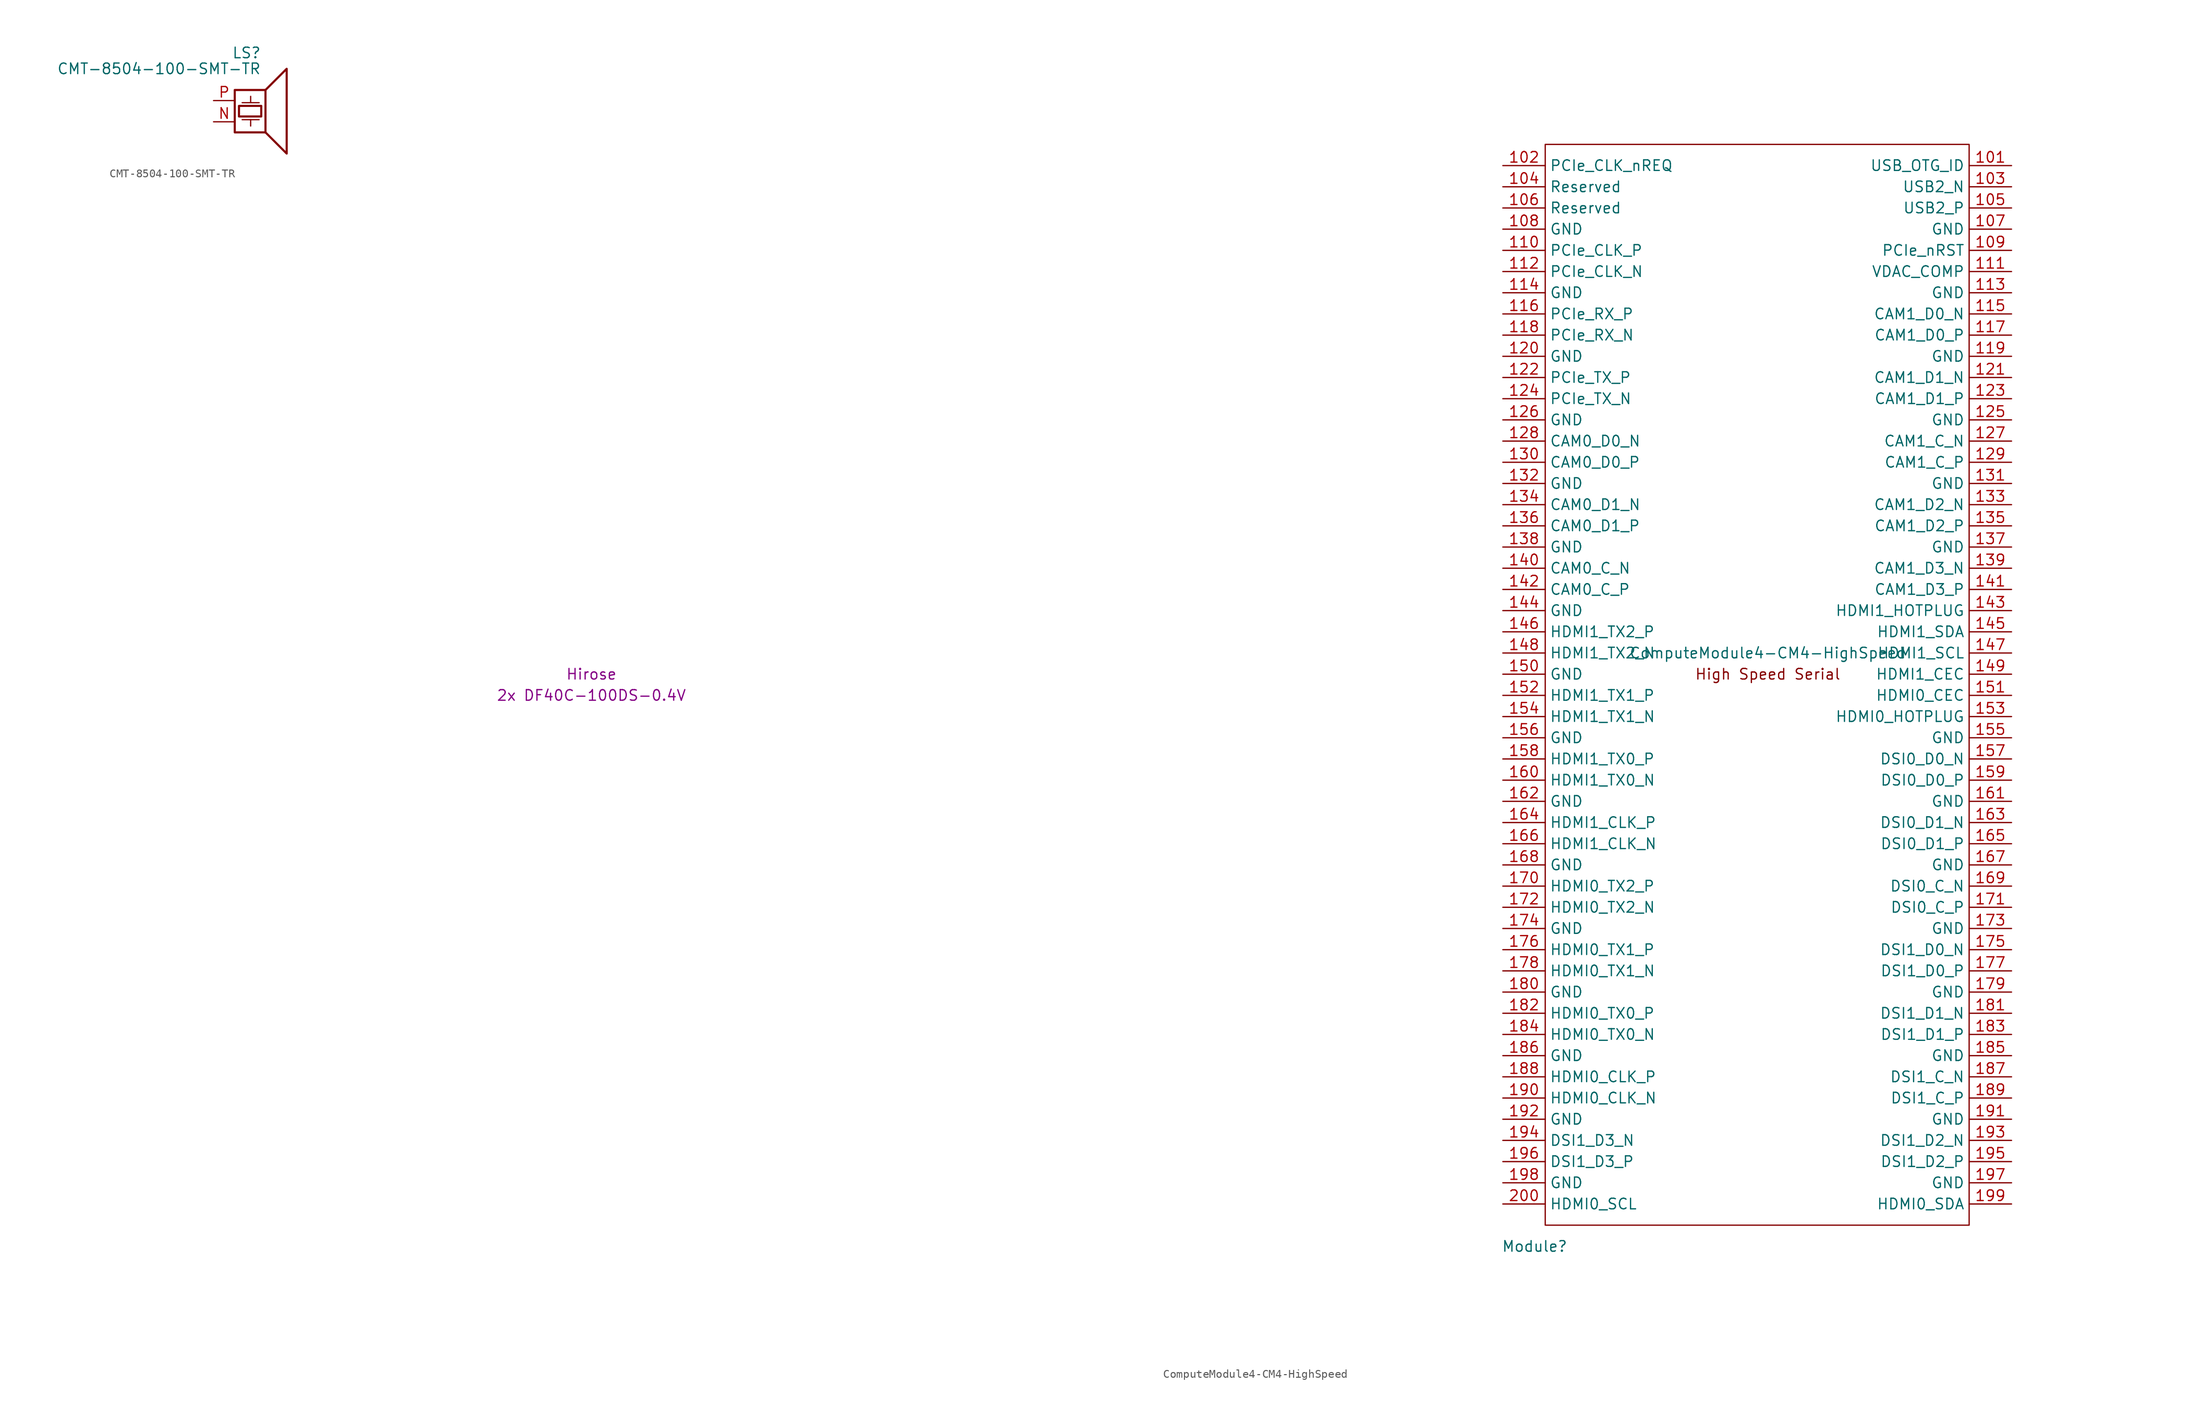
<source format=kicad_sym>
(kicad_symbol_lib
  (version 20231120)
  (generator "kicad_symbol_editor")
  (generator_version "8.0")
  (symbol "CMT-8504-100-SMT-TR"
    (pin_names
      (offset 0) hide)
    (property "Reference" "LS"
      (at 0.635 5.715 0)
      (effects (font (size 1.27 1.27)) (justify right)))
    (property "Value" "CMT-8504-100-SMT-TR"
      (at 0.635 3.81 0)
      (effects (font (size 1.27 1.27)) (justify right)))
    (symbol "CMT-8504-100-SMT-TR_0_0"
      (rectangle (start -2.54 1.27) (end 1.143 -3.81) (stroke (width 0.254) (type default)) (fill (type none)))
      (rectangle (start -2.032 -0.635) (end 0.635 -1.905) (stroke (width 0.254) (type default)) (fill (type none)))
      (polyline (pts (xy -1.651 -2.286) (xy 0.381 -2.286)) (stroke (width 0) (type default)) (fill (type none)))
      (polyline (pts (xy -1.651 -0.254) (xy 0.381 -0.254)) (stroke (width 0) (type default)) (fill (type none)))
      (polyline (pts (xy -0.635 -2.286) (xy -0.635 -3.048)) (stroke (width 0) (type default)) (fill (type none)))
      (polyline (pts (xy -0.635 -0.254) (xy -0.635 0.508)) (stroke (width 0) (type default)) (fill (type none)))
      (polyline (pts (xy 1.143 1.27) (xy 3.683 3.81) (xy 3.683 -6.35) (xy 1.143 -3.81)) (stroke (width 0.254) (type default)) (fill (type none))))
    (symbol "CMT-8504-100-SMT-TR_1_1"
      (pin input line (at -5.08 -2.54 0) (length 2.54) (name "2" (effects (font (size 1.27 1.27)))) (number "N" (effects (font (size 1.27 1.27)))))
      (pin input line (at -5.08 0 0) (length 2.54) (name "P" (effects (font (size 1.27 1.27)))) (number "P" (effects (font (size 1.27 1.27)))))))
  (symbol "ComputeModule4-CM4-HighSpeed"
    (property "Reference" "Module"
      (at 113.03 -68.58 0)
      (effects (font (size 1.27 1.27))))
    (property "Value" "ComputeModule4-CM4-HighSpeed"
      (at 140.97 2.54 0)
      (effects (font (size 1.27 1.27))))
    (property "Field4" "Hirose"
      (at 0 0 0)
      (effects (font (size 1.27 1.27))))
    (property "Field5" "2x DF40C-100DS-0.4V"
      (at 0 -2.54 0)
      (effects (font (size 1.27 1.27))))
    (symbol "ComputeModule4-CM4-HighSpeed_1_1"
      (rectangle (start 114.3 -66.04) (end 165.1 63.5) (stroke (width 0) (type default)) (fill (type none)))
      (text "High Speed Serial" (at 140.97 0 0) (effects (font (size 1.27 1.27))))
      (pin input line (at 170.18 60.96 180) (length 5.08) (name "USB_OTG_ID" (effects (font (size 1.27 1.27)))) (number "101" (effects (font (size 1.27 1.27)))))
      (pin input line (at 109.22 60.96 0) (length 5.08) (name "PCIe_CLK_nREQ" (effects (font (size 1.27 1.27)))) (number "102" (effects (font (size 1.27 1.27)))))
      (pin passive line (at 170.18 58.42 180) (length 5.08) (name "USB2_N" (effects (font (size 1.27 1.27)))) (number "103" (effects (font (size 1.27 1.27)))))
      (pin passive line (at 109.22 58.42 0) (length 5.08) (name "Reserved" (effects (font (size 1.27 1.27)))) (number "104" (effects (font (size 1.27 1.27)))))
      (pin passive line (at 170.18 55.88 180) (length 5.08) (name "USB2_P" (effects (font (size 1.27 1.27)))) (number "105" (effects (font (size 1.27 1.27)))))
      (pin passive line (at 109.22 55.88 0) (length 5.08) (name "Reserved" (effects (font (size 1.27 1.27)))) (number "106" (effects (font (size 1.27 1.27)))))
      (pin power_in line (at 170.18 53.34 180) (length 5.08) (name "GND" (effects (font (size 1.27 1.27)))) (number "107" (effects (font (size 1.27 1.27)))))
      (pin power_in line (at 109.22 53.34 0) (length 5.08) (name "GND" (effects (font (size 1.27 1.27)))) (number "108" (effects (font (size 1.27 1.27)))))
      (pin bidirectional line (at 170.18 50.8 180) (length 5.08) (name "PCIe_nRST" (effects (font (size 1.27 1.27)))) (number "109" (effects (font (size 1.27 1.27)))))
      (pin output line (at 109.22 50.8 0) (length 5.08) (name "PCIe_CLK_P" (effects (font (size 1.27 1.27)))) (number "110" (effects (font (size 1.27 1.27)))))
      (pin passive line (at 170.18 48.26 180) (length 5.08) (name "VDAC_COMP" (effects (font (size 1.27 1.27)))) (number "111" (effects (font (size 1.27 1.27)))))
      (pin output line (at 109.22 48.26 0) (length 5.08) (name "PCIe_CLK_N" (effects (font (size 1.27 1.27)))) (number "112" (effects (font (size 1.27 1.27)))))
      (pin power_in line (at 170.18 45.72 180) (length 5.08) (name "GND" (effects (font (size 1.27 1.27)))) (number "113" (effects (font (size 1.27 1.27)))))
      (pin power_in line (at 109.22 45.72 0) (length 5.08) (name "GND" (effects (font (size 1.27 1.27)))) (number "114" (effects (font (size 1.27 1.27)))))
      (pin input line (at 170.18 43.18 180) (length 5.08) (name "CAM1_D0_N" (effects (font (size 1.27 1.27)))) (number "115" (effects (font (size 1.27 1.27)))))
      (pin input line (at 109.22 43.18 0) (length 5.08) (name "PCIe_RX_P" (effects (font (size 1.27 1.27)))) (number "116" (effects (font (size 1.27 1.27)))))
      (pin input line (at 170.18 40.64 180) (length 5.08) (name "CAM1_D0_P" (effects (font (size 1.27 1.27)))) (number "117" (effects (font (size 1.27 1.27)))))
      (pin input line (at 109.22 40.64 0) (length 5.08) (name "PCIe_RX_N" (effects (font (size 1.27 1.27)))) (number "118" (effects (font (size 1.27 1.27)))))
      (pin power_in line (at 170.18 38.1 180) (length 5.08) (name "GND" (effects (font (size 1.27 1.27)))) (number "119" (effects (font (size 1.27 1.27)))))
      (pin power_in line (at 109.22 38.1 0) (length 5.08) (name "GND" (effects (font (size 1.27 1.27)))) (number "120" (effects (font (size 1.27 1.27)))))
      (pin input line (at 170.18 35.56 180) (length 5.08) (name "CAM1_D1_N" (effects (font (size 1.27 1.27)))) (number "121" (effects (font (size 1.27 1.27)))))
      (pin output line (at 109.22 35.56 0) (length 5.08) (name "PCIe_TX_P" (effects (font (size 1.27 1.27)))) (number "122" (effects (font (size 1.27 1.27)))))
      (pin input line (at 170.18 33.02 180) (length 5.08) (name "CAM1_D1_P" (effects (font (size 1.27 1.27)))) (number "123" (effects (font (size 1.27 1.27)))))
      (pin output line (at 109.22 33.02 0) (length 5.08) (name "PCIe_TX_N" (effects (font (size 1.27 1.27)))) (number "124" (effects (font (size 1.27 1.27)))))
      (pin power_in line (at 170.18 30.48 180) (length 5.08) (name "GND" (effects (font (size 1.27 1.27)))) (number "125" (effects (font (size 1.27 1.27)))))
      (pin power_in line (at 109.22 30.48 0) (length 5.08) (name "GND" (effects (font (size 1.27 1.27)))) (number "126" (effects (font (size 1.27 1.27)))))
      (pin input line (at 170.18 27.94 180) (length 5.08) (name "CAM1_C_N" (effects (font (size 1.27 1.27)))) (number "127" (effects (font (size 1.27 1.27)))))
      (pin input line (at 109.22 27.94 0) (length 5.08) (name "CAM0_D0_N" (effects (font (size 1.27 1.27)))) (number "128" (effects (font (size 1.27 1.27)))))
      (pin input line (at 170.18 25.4 180) (length 5.08) (name "CAM1_C_P" (effects (font (size 1.27 1.27)))) (number "129" (effects (font (size 1.27 1.27)))))
      (pin input line (at 109.22 25.4 0) (length 5.08) (name "CAM0_D0_P" (effects (font (size 1.27 1.27)))) (number "130" (effects (font (size 1.27 1.27)))))
      (pin power_in line (at 170.18 22.86 180) (length 5.08) (name "GND" (effects (font (size 1.27 1.27)))) (number "131" (effects (font (size 1.27 1.27)))))
      (pin power_in line (at 109.22 22.86 0) (length 5.08) (name "GND" (effects (font (size 1.27 1.27)))) (number "132" (effects (font (size 1.27 1.27)))))
      (pin input line (at 170.18 20.32 180) (length 5.08) (name "CAM1_D2_N" (effects (font (size 1.27 1.27)))) (number "133" (effects (font (size 1.27 1.27)))))
      (pin input line (at 109.22 20.32 0) (length 5.08) (name "CAM0_D1_N" (effects (font (size 1.27 1.27)))) (number "134" (effects (font (size 1.27 1.27)))))
      (pin input line (at 170.18 17.78 180) (length 5.08) (name "CAM1_D2_P" (effects (font (size 1.27 1.27)))) (number "135" (effects (font (size 1.27 1.27)))))
      (pin input line (at 109.22 17.78 0) (length 5.08) (name "CAM0_D1_P" (effects (font (size 1.27 1.27)))) (number "136" (effects (font (size 1.27 1.27)))))
      (pin power_in line (at 170.18 15.24 180) (length 5.08) (name "GND" (effects (font (size 1.27 1.27)))) (number "137" (effects (font (size 1.27 1.27)))))
      (pin power_in line (at 109.22 15.24 0) (length 5.08) (name "GND" (effects (font (size 1.27 1.27)))) (number "138" (effects (font (size 1.27 1.27)))))
      (pin input line (at 170.18 12.7 180) (length 5.08) (name "CAM1_D3_N" (effects (font (size 1.27 1.27)))) (number "139" (effects (font (size 1.27 1.27)))))
      (pin input line (at 109.22 12.7 0) (length 5.08) (name "CAM0_C_N" (effects (font (size 1.27 1.27)))) (number "140" (effects (font (size 1.27 1.27)))))
      (pin input line (at 170.18 10.16 180) (length 5.08) (name "CAM1_D3_P" (effects (font (size 1.27 1.27)))) (number "141" (effects (font (size 1.27 1.27)))))
      (pin input line (at 109.22 10.16 0) (length 5.08) (name "CAM0_C_P" (effects (font (size 1.27 1.27)))) (number "142" (effects (font (size 1.27 1.27)))))
      (pin input line (at 170.18 7.62 180) (length 5.08) (name "HDMI1_HOTPLUG" (effects (font (size 1.27 1.27)))) (number "143" (effects (font (size 1.27 1.27)))))
      (pin power_in line (at 109.22 7.62 0) (length 5.08) (name "GND" (effects (font (size 1.27 1.27)))) (number "144" (effects (font (size 1.27 1.27)))))
      (pin bidirectional line (at 170.18 5.08 180) (length 5.08) (name "HDMI1_SDA" (effects (font (size 1.27 1.27)))) (number "145" (effects (font (size 1.27 1.27)))))
      (pin output line (at 109.22 5.08 0) (length 5.08) (name "HDMI1_TX2_P" (effects (font (size 1.27 1.27)))) (number "146" (effects (font (size 1.27 1.27)))))
      (pin open_collector line (at 170.18 2.54 180) (length 5.08) (name "HDMI1_SCL" (effects (font (size 1.27 1.27)))) (number "147" (effects (font (size 1.27 1.27)))))
      (pin output line (at 109.22 2.54 0) (length 5.08) (name "HDMI1_TX2_N" (effects (font (size 1.27 1.27)))) (number "148" (effects (font (size 1.27 1.27)))))
      (pin open_collector line (at 170.18 0 180) (length 5.08) (name "HDMI1_CEC" (effects (font (size 1.27 1.27)))) (number "149" (effects (font (size 1.27 1.27)))))
      (pin power_in line (at 109.22 0 0) (length 5.08) (name "GND" (effects (font (size 1.27 1.27)))) (number "150" (effects (font (size 1.27 1.27)))))
      (pin open_collector line (at 170.18 -2.54 180) (length 5.08) (name "HDMI0_CEC" (effects (font (size 1.27 1.27)))) (number "151" (effects (font (size 1.27 1.27)))))
      (pin output line (at 109.22 -2.54 0) (length 5.08) (name "HDMI1_TX1_P" (effects (font (size 1.27 1.27)))) (number "152" (effects (font (size 1.27 1.27)))))
      (pin input line (at 170.18 -5.08 180) (length 5.08) (name "HDMI0_HOTPLUG" (effects (font (size 1.27 1.27)))) (number "153" (effects (font (size 1.27 1.27)))))
      (pin output line (at 109.22 -5.08 0) (length 5.08) (name "HDMI1_TX1_N" (effects (font (size 1.27 1.27)))) (number "154" (effects (font (size 1.27 1.27)))))
      (pin power_in line (at 170.18 -7.62 180) (length 5.08) (name "GND" (effects (font (size 1.27 1.27)))) (number "155" (effects (font (size 1.27 1.27)))))
      (pin power_in line (at 109.22 -7.62 0) (length 5.08) (name "GND" (effects (font (size 1.27 1.27)))) (number "156" (effects (font (size 1.27 1.27)))))
      (pin output line (at 170.18 -10.16 180) (length 5.08) (name "DSI0_D0_N" (effects (font (size 1.27 1.27)))) (number "157" (effects (font (size 1.27 1.27)))))
      (pin output line (at 109.22 -10.16 0) (length 5.08) (name "HDMI1_TX0_P" (effects (font (size 1.27 1.27)))) (number "158" (effects (font (size 1.27 1.27)))))
      (pin output line (at 170.18 -12.7 180) (length 5.08) (name "DSI0_D0_P" (effects (font (size 1.27 1.27)))) (number "159" (effects (font (size 1.27 1.27)))))
      (pin output line (at 109.22 -12.7 0) (length 5.08) (name "HDMI1_TX0_N" (effects (font (size 1.27 1.27)))) (number "160" (effects (font (size 1.27 1.27)))))
      (pin power_in line (at 170.18 -15.24 180) (length 5.08) (name "GND" (effects (font (size 1.27 1.27)))) (number "161" (effects (font (size 1.27 1.27)))))
      (pin power_in line (at 109.22 -15.24 0) (length 5.08) (name "GND" (effects (font (size 1.27 1.27)))) (number "162" (effects (font (size 1.27 1.27)))))
      (pin output line (at 170.18 -17.78 180) (length 5.08) (name "DSI0_D1_N" (effects (font (size 1.27 1.27)))) (number "163" (effects (font (size 1.27 1.27)))))
      (pin output line (at 109.22 -17.78 0) (length 5.08) (name "HDMI1_CLK_P" (effects (font (size 1.27 1.27)))) (number "164" (effects (font (size 1.27 1.27)))))
      (pin output line (at 170.18 -20.32 180) (length 5.08) (name "DSI0_D1_P" (effects (font (size 1.27 1.27)))) (number "165" (effects (font (size 1.27 1.27)))))
      (pin output line (at 109.22 -20.32 0) (length 5.08) (name "HDMI1_CLK_N" (effects (font (size 1.27 1.27)))) (number "166" (effects (font (size 1.27 1.27)))))
      (pin power_in line (at 170.18 -22.86 180) (length 5.08) (name "GND" (effects (font (size 1.27 1.27)))) (number "167" (effects (font (size 1.27 1.27)))))
      (pin power_in line (at 109.22 -22.86 0) (length 5.08) (name "GND" (effects (font (size 1.27 1.27)))) (number "168" (effects (font (size 1.27 1.27)))))
      (pin output line (at 170.18 -25.4 180) (length 5.08) (name "DSI0_C_N" (effects (font (size 1.27 1.27)))) (number "169" (effects (font (size 1.27 1.27)))))
      (pin output line (at 109.22 -25.4 0) (length 5.08) (name "HDMI0_TX2_P" (effects (font (size 1.27 1.27)))) (number "170" (effects (font (size 1.27 1.27)))))
      (pin output line (at 170.18 -27.94 180) (length 5.08) (name "DSI0_C_P" (effects (font (size 1.27 1.27)))) (number "171" (effects (font (size 1.27 1.27)))))
      (pin output line (at 109.22 -27.94 0) (length 5.08) (name "HDMI0_TX2_N" (effects (font (size 1.27 1.27)))) (number "172" (effects (font (size 1.27 1.27)))))
      (pin power_in line (at 170.18 -30.48 180) (length 5.08) (name "GND" (effects (font (size 1.27 1.27)))) (number "173" (effects (font (size 1.27 1.27)))))
      (pin power_in line (at 109.22 -30.48 0) (length 5.08) (name "GND" (effects (font (size 1.27 1.27)))) (number "174" (effects (font (size 1.27 1.27)))))
      (pin output line (at 170.18 -33.02 180) (length 5.08) (name "DSI1_D0_N" (effects (font (size 1.27 1.27)))) (number "175" (effects (font (size 1.27 1.27)))))
      (pin output line (at 109.22 -33.02 0) (length 5.08) (name "HDMI0_TX1_P" (effects (font (size 1.27 1.27)))) (number "176" (effects (font (size 1.27 1.27)))))
      (pin output line (at 170.18 -35.56 180) (length 5.08) (name "DSI1_D0_P" (effects (font (size 1.27 1.27)))) (number "177" (effects (font (size 1.27 1.27)))))
      (pin output line (at 109.22 -35.56 0) (length 5.08) (name "HDMI0_TX1_N" (effects (font (size 1.27 1.27)))) (number "178" (effects (font (size 1.27 1.27)))))
      (pin power_in line (at 170.18 -38.1 180) (length 5.08) (name "GND" (effects (font (size 1.27 1.27)))) (number "179" (effects (font (size 1.27 1.27)))))
      (pin power_in line (at 109.22 -38.1 0) (length 5.08) (name "GND" (effects (font (size 1.27 1.27)))) (number "180" (effects (font (size 1.27 1.27)))))
      (pin output line (at 170.18 -40.64 180) (length 5.08) (name "DSI1_D1_N" (effects (font (size 1.27 1.27)))) (number "181" (effects (font (size 1.27 1.27)))))
      (pin output line (at 109.22 -40.64 0) (length 5.08) (name "HDMI0_TX0_P" (effects (font (size 1.27 1.27)))) (number "182" (effects (font (size 1.27 1.27)))))
      (pin output line (at 170.18 -43.18 180) (length 5.08) (name "DSI1_D1_P" (effects (font (size 1.27 1.27)))) (number "183" (effects (font (size 1.27 1.27)))))
      (pin output line (at 109.22 -43.18 0) (length 5.08) (name "HDMI0_TX0_N" (effects (font (size 1.27 1.27)))) (number "184" (effects (font (size 1.27 1.27)))))
      (pin power_in line (at 170.18 -45.72 180) (length 5.08) (name "GND" (effects (font (size 1.27 1.27)))) (number "185" (effects (font (size 1.27 1.27)))))
      (pin power_in line (at 109.22 -45.72 0) (length 5.08) (name "GND" (effects (font (size 1.27 1.27)))) (number "186" (effects (font (size 1.27 1.27)))))
      (pin output line (at 170.18 -48.26 180) (length 5.08) (name "DSI1_C_N" (effects (font (size 1.27 1.27)))) (number "187" (effects (font (size 1.27 1.27)))))
      (pin output line (at 109.22 -48.26 0) (length 5.08) (name "HDMI0_CLK_P" (effects (font (size 1.27 1.27)))) (number "188" (effects (font (size 1.27 1.27)))))
      (pin output line (at 170.18 -50.8 180) (length 5.08) (name "DSI1_C_P" (effects (font (size 1.27 1.27)))) (number "189" (effects (font (size 1.27 1.27)))))
      (pin output line (at 109.22 -50.8 0) (length 5.08) (name "HDMI0_CLK_N" (effects (font (size 1.27 1.27)))) (number "190" (effects (font (size 1.27 1.27)))))
      (pin power_in line (at 170.18 -53.34 180) (length 5.08) (name "GND" (effects (font (size 1.27 1.27)))) (number "191" (effects (font (size 1.27 1.27)))))
      (pin power_in line (at 109.22 -53.34 0) (length 5.08) (name "GND" (effects (font (size 1.27 1.27)))) (number "192" (effects (font (size 1.27 1.27)))))
      (pin output line (at 170.18 -55.88 180) (length 5.08) (name "DSI1_D2_N" (effects (font (size 1.27 1.27)))) (number "193" (effects (font (size 1.27 1.27)))))
      (pin output line (at 109.22 -55.88 0) (length 5.08) (name "DSI1_D3_N" (effects (font (size 1.27 1.27)))) (number "194" (effects (font (size 1.27 1.27)))))
      (pin output line (at 170.18 -58.42 180) (length 5.08) (name "DSI1_D2_P" (effects (font (size 1.27 1.27)))) (number "195" (effects (font (size 1.27 1.27)))))
      (pin output line (at 109.22 -58.42 0) (length 5.08) (name "DSI1_D3_P" (effects (font (size 1.27 1.27)))) (number "196" (effects (font (size 1.27 1.27)))))
      (pin power_in line (at 170.18 -60.96 180) (length 5.08) (name "GND" (effects (font (size 1.27 1.27)))) (number "197" (effects (font (size 1.27 1.27)))))
      (pin power_in line (at 109.22 -60.96 0) (length 5.08) (name "GND" (effects (font (size 1.27 1.27)))) (number "198" (effects (font (size 1.27 1.27)))))
      (pin bidirectional line (at 170.18 -63.5 180) (length 5.08) (name "HDMI0_SDA" (effects (font (size 1.27 1.27)))) (number "199" (effects (font (size 1.27 1.27)))))
      (pin open_collector line (at 109.22 -63.5 0) (length 5.08) (name "HDMI0_SCL" (effects (font (size 1.27 1.27)))) (number "200" (effects (font (size 1.27 1.27))))))))
</source>
